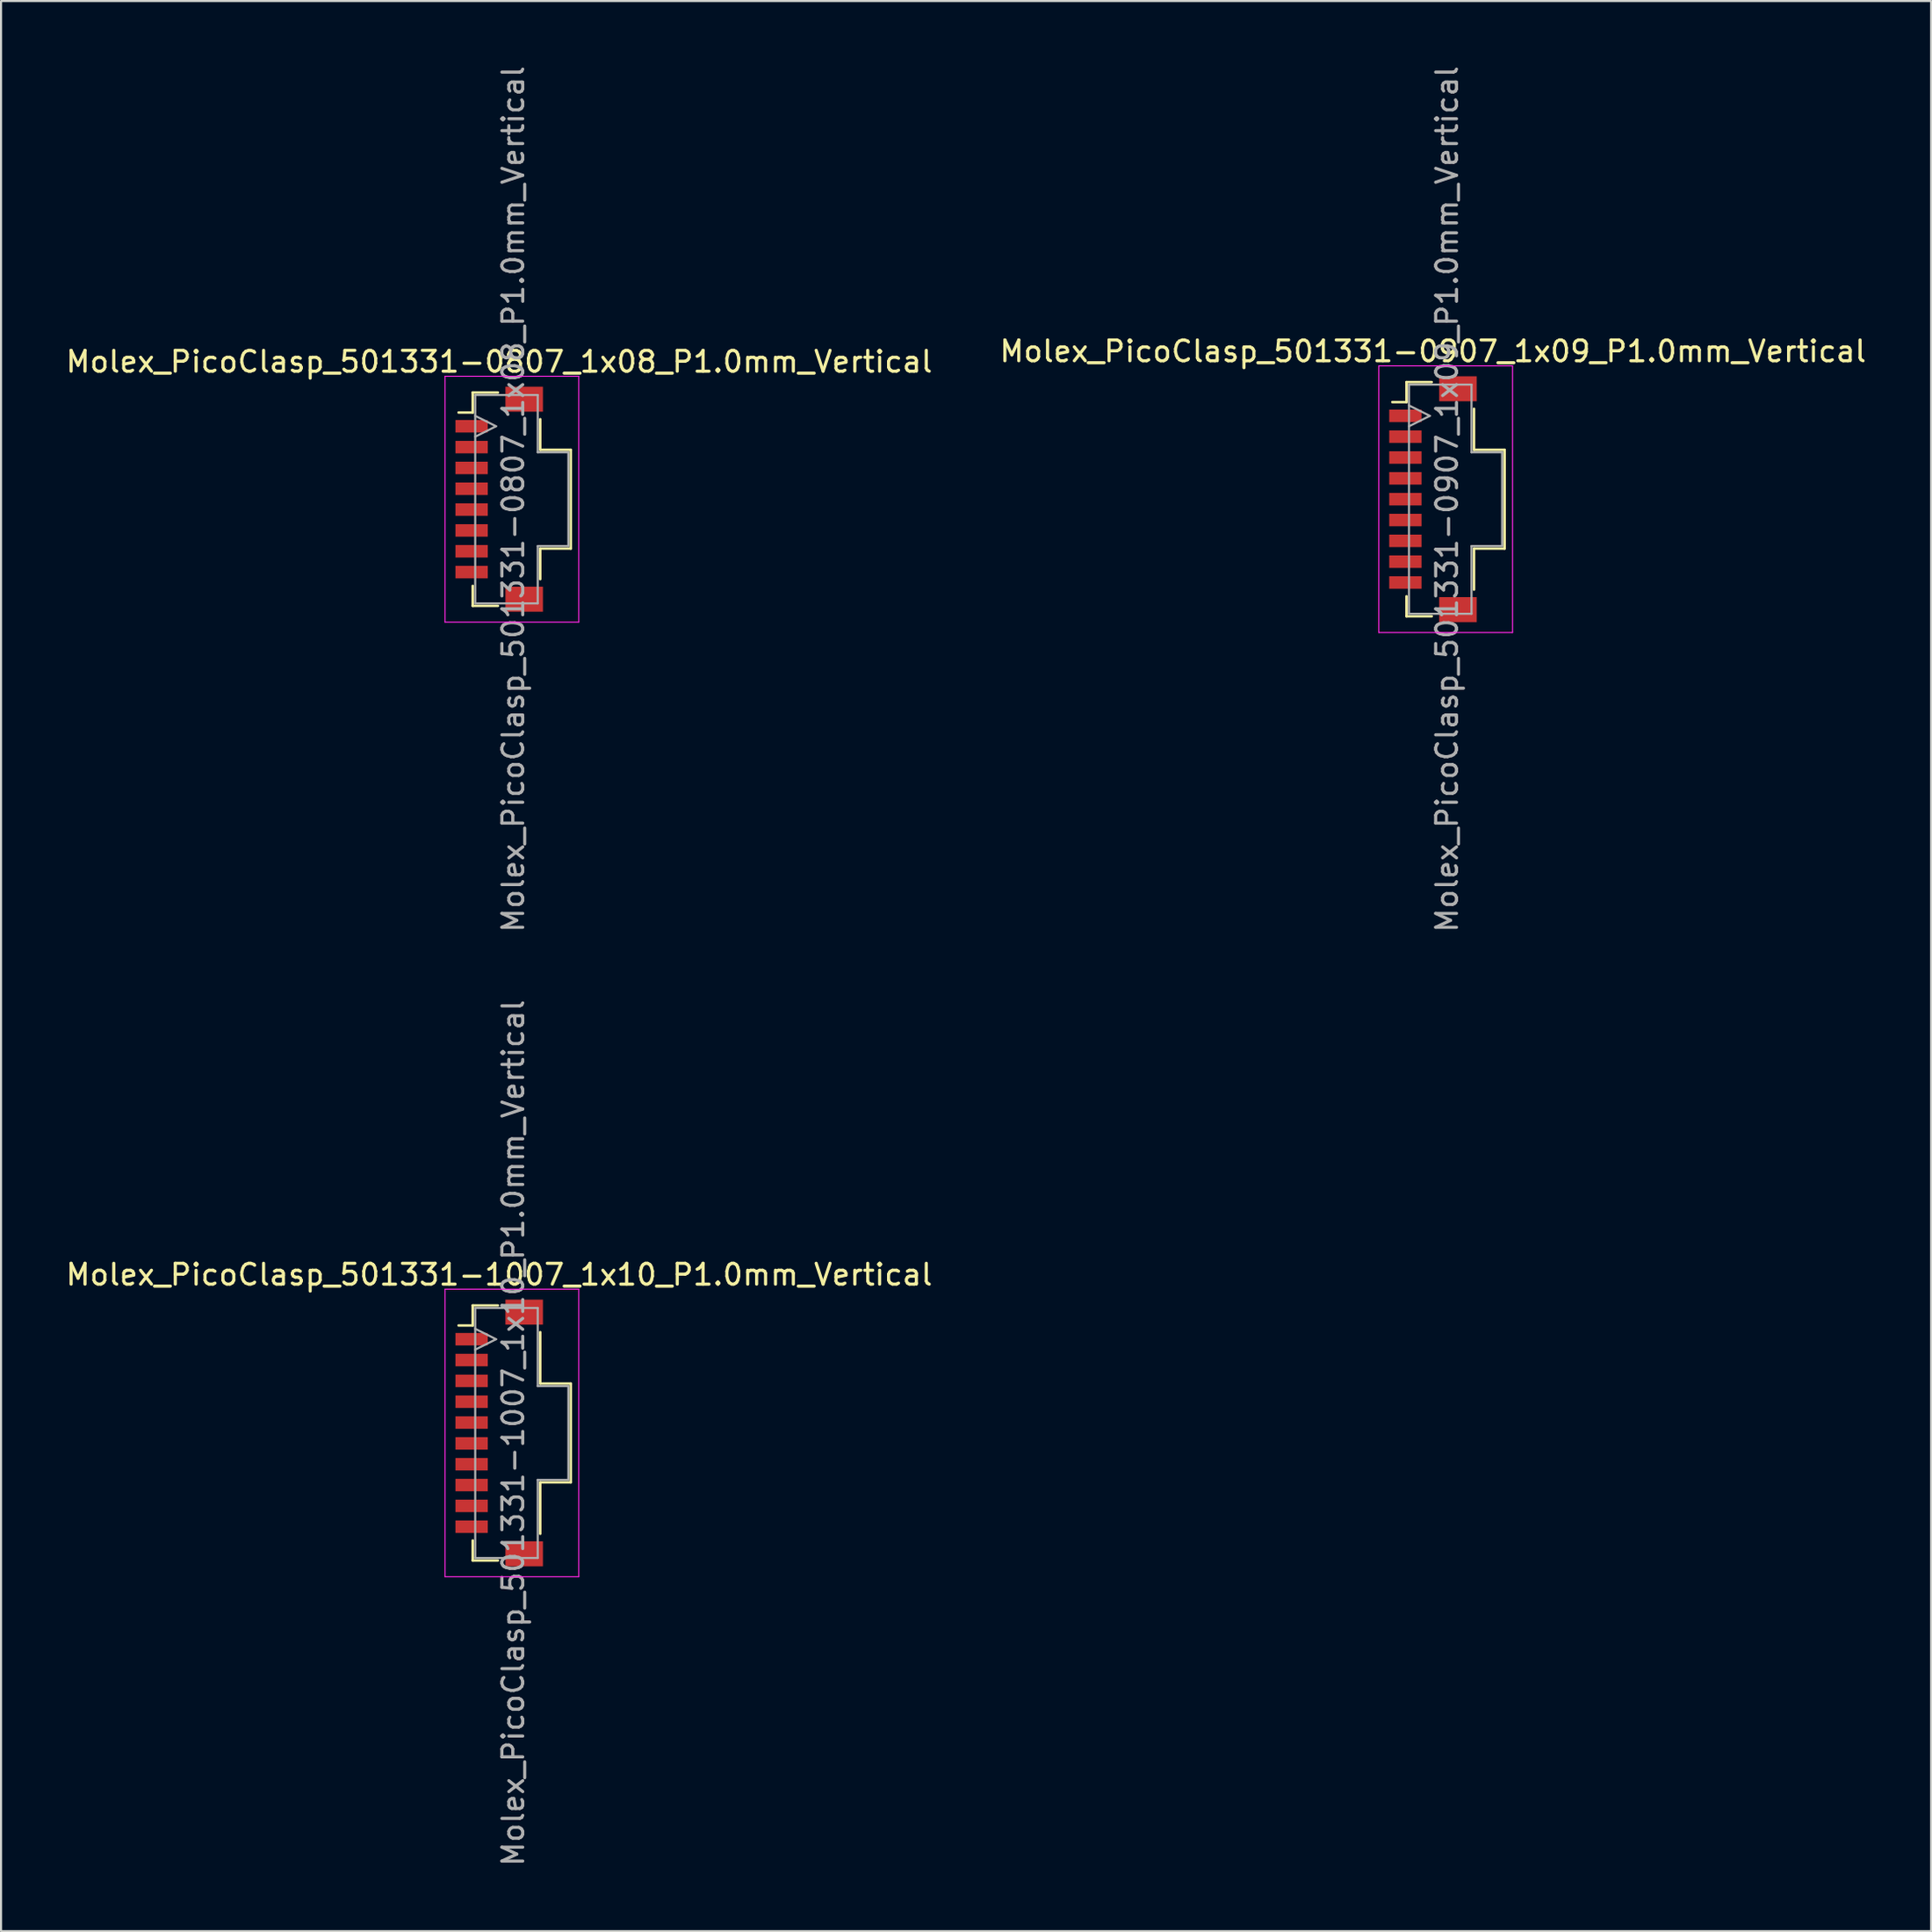
<source format=kicad_pcb>
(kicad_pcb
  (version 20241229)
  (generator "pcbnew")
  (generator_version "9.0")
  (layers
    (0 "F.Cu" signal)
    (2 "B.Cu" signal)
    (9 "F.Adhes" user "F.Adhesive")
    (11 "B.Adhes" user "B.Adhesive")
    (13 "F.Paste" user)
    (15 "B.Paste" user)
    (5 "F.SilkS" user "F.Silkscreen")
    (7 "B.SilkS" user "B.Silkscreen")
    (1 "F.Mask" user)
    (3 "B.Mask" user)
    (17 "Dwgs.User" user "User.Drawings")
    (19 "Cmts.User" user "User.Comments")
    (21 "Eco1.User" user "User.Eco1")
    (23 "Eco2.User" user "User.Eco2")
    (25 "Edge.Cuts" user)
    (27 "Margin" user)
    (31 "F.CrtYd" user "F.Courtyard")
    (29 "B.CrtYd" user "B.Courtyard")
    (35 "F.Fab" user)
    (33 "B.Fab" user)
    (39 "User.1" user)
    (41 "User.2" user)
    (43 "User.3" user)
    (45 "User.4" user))
  (footprint "Molex_PicoClasp_501331-0907_1x09_P1.0mm_Vertical"
    (layer "F.Cu")
    (at 65.732 20.911)
    (property "Reference" "Molex_PicoClasp_501331-0907_1x09_P1.0mm_Vertical" (at 0 -7.1 0) (layer "F.SilkS") (effects (font (size 1 1) (thickness 0.15))))
    (attr smd)
    (fp_line (start -1.95 -4.66) (end -1.27 -4.66) (stroke (width 0.12) (type solid)) (layer "F.SilkS"))
    (fp_line (start -1.27 -5.62) (end -0.06 -5.62) (stroke (width 0.12) (type solid)) (layer "F.SilkS"))
    (fp_line (start -1.27 -4.66) (end -1.27 -5.62) (stroke (width 0.12) (type solid)) (layer "F.SilkS"))
    (fp_line (start -1.27 4.66) (end -1.27 5.62) (stroke (width 0.12) (type solid)) (layer "F.SilkS"))
    (fp_line (start -1.27 5.62) (end -0.06 5.62) (stroke (width 0.12) (type solid)) (layer "F.SilkS"))
    (fp_line (start 1.97 -4.34) (end 1.97 -2.37) (stroke (width 0.12) (type solid)) (layer "F.SilkS"))
    (fp_line (start 1.97 -2.37) (end 3.44 -2.37) (stroke (width 0.12) (type solid)) (layer "F.SilkS"))
    (fp_line (start 1.97 2.37) (end 1.97 4.34) (stroke (width 0.12) (type solid)) (layer "F.SilkS"))
    (fp_line (start 3.44 -2.37) (end 3.44 2.37) (stroke (width 0.12) (type solid)) (layer "F.SilkS"))
    (fp_line (start 3.44 2.37) (end 1.97 2.37) (stroke (width 0.12) (type solid)) (layer "F.SilkS"))
    (fp_line (start -2.6 -6.4) (end -2.6 6.4) (stroke (width 0.05) (type solid)) (layer "F.CrtYd"))
    (fp_line (start -2.6 6.4) (end 3.82 6.4) (stroke (width 0.05) (type solid)) (layer "F.CrtYd"))
    (fp_line (start 3.82 -6.4) (end -2.6 -6.4) (stroke (width 0.05) (type solid)) (layer "F.CrtYd"))
    (fp_line (start 3.82 6.4) (end 3.82 -6.4) (stroke (width 0.05) (type solid)) (layer "F.CrtYd"))
    (fp_line (start -1.15 -5.5) (end 1.85 -5.5) (stroke (width 0.1) (type solid)) (layer "F.Fab"))
    (fp_line (start -1.15 -3.5) (end -0.15 -4) (stroke (width 0.1) (type solid)) (layer "F.Fab"))
    (fp_line (start -1.15 5.5) (end -1.15 -5.5) (stroke (width 0.1) (type solid)) (layer "F.Fab"))
    (fp_line (start -0.15 -4) (end -1.15 -4.5) (stroke (width 0.1) (type solid)) (layer "F.Fab"))
    (fp_line (start 1.85 -5.5) (end 1.85 -2.25) (stroke (width 0.1) (type solid)) (layer "F.Fab"))
    (fp_line (start 1.85 -2.25) (end 3.32 -2.25) (stroke (width 0.1) (type solid)) (layer "F.Fab"))
    (fp_line (start 1.85 2.25) (end 1.85 5.5) (stroke (width 0.1) (type solid)) (layer "F.Fab"))
    (fp_line (start 1.85 5.5) (end -1.15 5.5) (stroke (width 0.1) (type solid)) (layer "F.Fab"))
    (fp_line (start 3.32 -2.25) (end 3.32 2.25) (stroke (width 0.1) (type solid)) (layer "F.Fab"))
    (fp_line (start 3.32 2.25) (end 1.85 2.25) (stroke (width 0.1) (type solid)) (layer "F.Fab"))
    (fp_text user "${REFERENCE}" (at 0.675 0 90) (layer "F.Fab") (effects (font (size 1 1) (thickness 0.15))))
    (pad "" smd rect (at 1.2 -5.3) (size 1.8 1.2) (layers "F.Cu" "F.Mask" "F.Paste"))
    (pad "" smd rect (at 1.2 5.3) (size 1.8 1.2) (layers "F.Cu" "F.Mask" "F.Paste"))
    (pad "1" smd rect (at -1.325 -4) (size 1.55 0.6) (layers "F.Cu" "F.Mask" "F.Paste"))
    (pad "2" smd rect (at -1.325 -3) (size 1.55 0.6) (layers "F.Cu" "F.Mask" "F.Paste"))
    (pad "3" smd rect (at -1.325 -2) (size 1.55 0.6) (layers "F.Cu" "F.Mask" "F.Paste"))
    (pad "4" smd rect (at -1.325 -1) (size 1.55 0.6) (layers "F.Cu" "F.Mask" "F.Paste"))
    (pad "5" smd rect (at -1.325 0) (size 1.55 0.6) (layers "F.Cu" "F.Mask" "F.Paste"))
    (pad "6" smd rect (at -1.325 1) (size 1.55 0.6) (layers "F.Cu" "F.Mask" "F.Paste"))
    (pad "7" smd rect (at -1.325 2) (size 1.55 0.6) (layers "F.Cu" "F.Mask" "F.Paste"))
    (pad "8" smd rect (at -1.325 3) (size 1.55 0.6) (layers "F.Cu" "F.Mask" "F.Paste"))
    (pad "9" smd rect (at -1.325 4) (size 1.55 0.6) (layers "F.Cu" "F.Mask" "F.Paste")))
  (footprint "Molex_PicoClasp_501331-1007_1x10_P1.0mm_Vertical"
    (layer "F.Cu")
    (at 20.911 65.732)
    (property "Reference" "Molex_PicoClasp_501331-1007_1x10_P1.0mm_Vertical" (at 0 -7.6 0) (layer "F.SilkS") (effects (font (size 1 1) (thickness 0.15))))
    (attr smd)
    (fp_line (start -1.95 -5.16) (end -1.27 -5.16) (stroke (width 0.12) (type solid)) (layer "F.SilkS"))
    (fp_line (start -1.27 -6.12) (end -0.06 -6.12) (stroke (width 0.12) (type solid)) (layer "F.SilkS"))
    (fp_line (start -1.27 -5.16) (end -1.27 -6.12) (stroke (width 0.12) (type solid)) (layer "F.SilkS"))
    (fp_line (start -1.27 5.16) (end -1.27 6.12) (stroke (width 0.12) (type solid)) (layer "F.SilkS"))
    (fp_line (start -1.27 6.12) (end -0.06 6.12) (stroke (width 0.12) (type solid)) (layer "F.SilkS"))
    (fp_line (start 1.97 -4.84) (end 1.97 -2.37) (stroke (width 0.12) (type solid)) (layer "F.SilkS"))
    (fp_line (start 1.97 -2.37) (end 3.44 -2.37) (stroke (width 0.12) (type solid)) (layer "F.SilkS"))
    (fp_line (start 1.97 2.37) (end 1.97 4.84) (stroke (width 0.12) (type solid)) (layer "F.SilkS"))
    (fp_line (start 3.44 -2.37) (end 3.44 2.37) (stroke (width 0.12) (type solid)) (layer "F.SilkS"))
    (fp_line (start 3.44 2.37) (end 1.97 2.37) (stroke (width 0.12) (type solid)) (layer "F.SilkS"))
    (fp_line (start -2.6 -6.9) (end -2.6 6.9) (stroke (width 0.05) (type solid)) (layer "F.CrtYd"))
    (fp_line (start -2.6 6.9) (end 3.82 6.9) (stroke (width 0.05) (type solid)) (layer "F.CrtYd"))
    (fp_line (start 3.82 -6.9) (end -2.6 -6.9) (stroke (width 0.05) (type solid)) (layer "F.CrtYd"))
    (fp_line (start 3.82 6.9) (end 3.82 -6.9) (stroke (width 0.05) (type solid)) (layer "F.CrtYd"))
    (fp_line (start -1.15 -6) (end 1.85 -6) (stroke (width 0.1) (type solid)) (layer "F.Fab"))
    (fp_line (start -1.15 -4) (end -0.15 -4.5) (stroke (width 0.1) (type solid)) (layer "F.Fab"))
    (fp_line (start -1.15 6) (end -1.15 -6) (stroke (width 0.1) (type solid)) (layer "F.Fab"))
    (fp_line (start -0.15 -4.5) (end -1.15 -5) (stroke (width 0.1) (type solid)) (layer "F.Fab"))
    (fp_line (start 1.85 -6) (end 1.85 -2.25) (stroke (width 0.1) (type solid)) (layer "F.Fab"))
    (fp_line (start 1.85 -2.25) (end 3.32 -2.25) (stroke (width 0.1) (type solid)) (layer "F.Fab"))
    (fp_line (start 1.85 2.25) (end 1.85 6) (stroke (width 0.1) (type solid)) (layer "F.Fab"))
    (fp_line (start 1.85 6) (end -1.15 6) (stroke (width 0.1) (type solid)) (layer "F.Fab"))
    (fp_line (start 3.32 -2.25) (end 3.32 2.25) (stroke (width 0.1) (type solid)) (layer "F.Fab"))
    (fp_line (start 3.32 2.25) (end 1.85 2.25) (stroke (width 0.1) (type solid)) (layer "F.Fab"))
    (fp_text user "${REFERENCE}" (at 0.675 0 90) (layer "F.Fab") (effects (font (size 1 1) (thickness 0.15))))
    (pad "" smd rect (at 1.2 -5.8) (size 1.8 1.2) (layers "F.Cu" "F.Mask" "F.Paste"))
    (pad "" smd rect (at 1.2 5.8) (size 1.8 1.2) (layers "F.Cu" "F.Mask" "F.Paste"))
    (pad "1" smd rect (at -1.325 -4.5) (size 1.55 0.6) (layers "F.Cu" "F.Mask" "F.Paste"))
    (pad "2" smd rect (at -1.325 -3.5) (size 1.55 0.6) (layers "F.Cu" "F.Mask" "F.Paste"))
    (pad "3" smd rect (at -1.325 -2.5) (size 1.55 0.6) (layers "F.Cu" "F.Mask" "F.Paste"))
    (pad "4" smd rect (at -1.325 -1.5) (size 1.55 0.6) (layers "F.Cu" "F.Mask" "F.Paste"))
    (pad "5" smd rect (at -1.325 -0.5) (size 1.55 0.6) (layers "F.Cu" "F.Mask" "F.Paste"))
    (pad "6" smd rect (at -1.325 0.5) (size 1.55 0.6) (layers "F.Cu" "F.Mask" "F.Paste"))
    (pad "7" smd rect (at -1.325 1.5) (size 1.55 0.6) (layers "F.Cu" "F.Mask" "F.Paste"))
    (pad "8" smd rect (at -1.325 2.5) (size 1.55 0.6) (layers "F.Cu" "F.Mask" "F.Paste"))
    (pad "9" smd rect (at -1.325 3.5) (size 1.55 0.6) (layers "F.Cu" "F.Mask" "F.Paste"))
    (pad "10" smd rect (at -1.325 4.5) (size 1.55 0.6) (layers "F.Cu" "F.Mask" "F.Paste")))
  (footprint "Molex_PicoClasp_501331-0807_1x08_P1.0mm_Vertical"
    (layer "F.Cu")
    (at 20.911 20.911)
    (property "Reference" "Molex_PicoClasp_501331-0807_1x08_P1.0mm_Vertical" (at 0 -6.6 0) (layer "F.SilkS") (effects (font (size 1 1) (thickness 0.15))))
    (attr smd)
    (fp_line (start -1.95 -4.16) (end -1.27 -4.16) (stroke (width 0.12) (type solid)) (layer "F.SilkS"))
    (fp_line (start -1.27 -5.12) (end -0.06 -5.12) (stroke (width 0.12) (type solid)) (layer "F.SilkS"))
    (fp_line (start -1.27 -4.16) (end -1.27 -5.12) (stroke (width 0.12) (type solid)) (layer "F.SilkS"))
    (fp_line (start -1.27 4.16) (end -1.27 5.12) (stroke (width 0.12) (type solid)) (layer "F.SilkS"))
    (fp_line (start -1.27 5.12) (end -0.06 5.12) (stroke (width 0.12) (type solid)) (layer "F.SilkS"))
    (fp_line (start 1.97 -3.84) (end 1.97 -2.37) (stroke (width 0.12) (type solid)) (layer "F.SilkS"))
    (fp_line (start 1.97 -2.37) (end 3.44 -2.37) (stroke (width 0.12) (type solid)) (layer "F.SilkS"))
    (fp_line (start 1.97 2.37) (end 1.97 3.84) (stroke (width 0.12) (type solid)) (layer "F.SilkS"))
    (fp_line (start 3.44 -2.37) (end 3.44 2.37) (stroke (width 0.12) (type solid)) (layer "F.SilkS"))
    (fp_line (start 3.44 2.37) (end 1.97 2.37) (stroke (width 0.12) (type solid)) (layer "F.SilkS"))
    (fp_line (start -2.6 -5.9) (end -2.6 5.9) (stroke (width 0.05) (type solid)) (layer "F.CrtYd"))
    (fp_line (start -2.6 5.9) (end 3.82 5.9) (stroke (width 0.05) (type solid)) (layer "F.CrtYd"))
    (fp_line (start 3.82 -5.9) (end -2.6 -5.9) (stroke (width 0.05) (type solid)) (layer "F.CrtYd"))
    (fp_line (start 3.82 5.9) (end 3.82 -5.9) (stroke (width 0.05) (type solid)) (layer "F.CrtYd"))
    (fp_line (start -1.15 -5) (end 1.85 -5) (stroke (width 0.1) (type solid)) (layer "F.Fab"))
    (fp_line (start -1.15 -3) (end -0.15 -3.5) (stroke (width 0.1) (type solid)) (layer "F.Fab"))
    (fp_line (start -1.15 5) (end -1.15 -5) (stroke (width 0.1) (type solid)) (layer "F.Fab"))
    (fp_line (start -0.15 -3.5) (end -1.15 -4) (stroke (width 0.1) (type solid)) (layer "F.Fab"))
    (fp_line (start 1.85 -5) (end 1.85 -2.25) (stroke (width 0.1) (type solid)) (layer "F.Fab"))
    (fp_line (start 1.85 -2.25) (end 3.32 -2.25) (stroke (width 0.1) (type solid)) (layer "F.Fab"))
    (fp_line (start 1.85 2.25) (end 1.85 5) (stroke (width 0.1) (type solid)) (layer "F.Fab"))
    (fp_line (start 1.85 5) (end -1.15 5) (stroke (width 0.1) (type solid)) (layer "F.Fab"))
    (fp_line (start 3.32 -2.25) (end 3.32 2.25) (stroke (width 0.1) (type solid)) (layer "F.Fab"))
    (fp_line (start 3.32 2.25) (end 1.85 2.25) (stroke (width 0.1) (type solid)) (layer "F.Fab"))
    (fp_text user "${REFERENCE}" (at 0.675 0 90) (layer "F.Fab") (effects (font (size 1 1) (thickness 0.15))))
    (pad "" smd rect (at 1.2 -4.8) (size 1.8 1.2) (layers "F.Cu" "F.Mask" "F.Paste"))
    (pad "" smd rect (at 1.2 4.8) (size 1.8 1.2) (layers "F.Cu" "F.Mask" "F.Paste"))
    (pad "1" smd rect (at -1.325 -3.5) (size 1.55 0.6) (layers "F.Cu" "F.Mask" "F.Paste"))
    (pad "2" smd rect (at -1.325 -2.5) (size 1.55 0.6) (layers "F.Cu" "F.Mask" "F.Paste"))
    (pad "3" smd rect (at -1.325 -1.5) (size 1.55 0.6) (layers "F.Cu" "F.Mask" "F.Paste"))
    (pad "4" smd rect (at -1.325 -0.5) (size 1.55 0.6) (layers "F.Cu" "F.Mask" "F.Paste"))
    (pad "5" smd rect (at -1.325 0.5) (size 1.55 0.6) (layers "F.Cu" "F.Mask" "F.Paste"))
    (pad "6" smd rect (at -1.325 1.5) (size 1.55 0.6) (layers "F.Cu" "F.Mask" "F.Paste"))
    (pad "7" smd rect (at -1.325 2.5) (size 1.55 0.6) (layers "F.Cu" "F.Mask" "F.Paste"))
    (pad "8" smd rect (at -1.325 3.5) (size 1.55 0.6) (layers "F.Cu" "F.Mask" "F.Paste")))
  (gr_rect
    (start -3 -3)
    (end 89.643 89.643)
    (stroke (width 0.1) (type default))
    (fill no)
    (layer "Edge.Cuts")))
</source>
